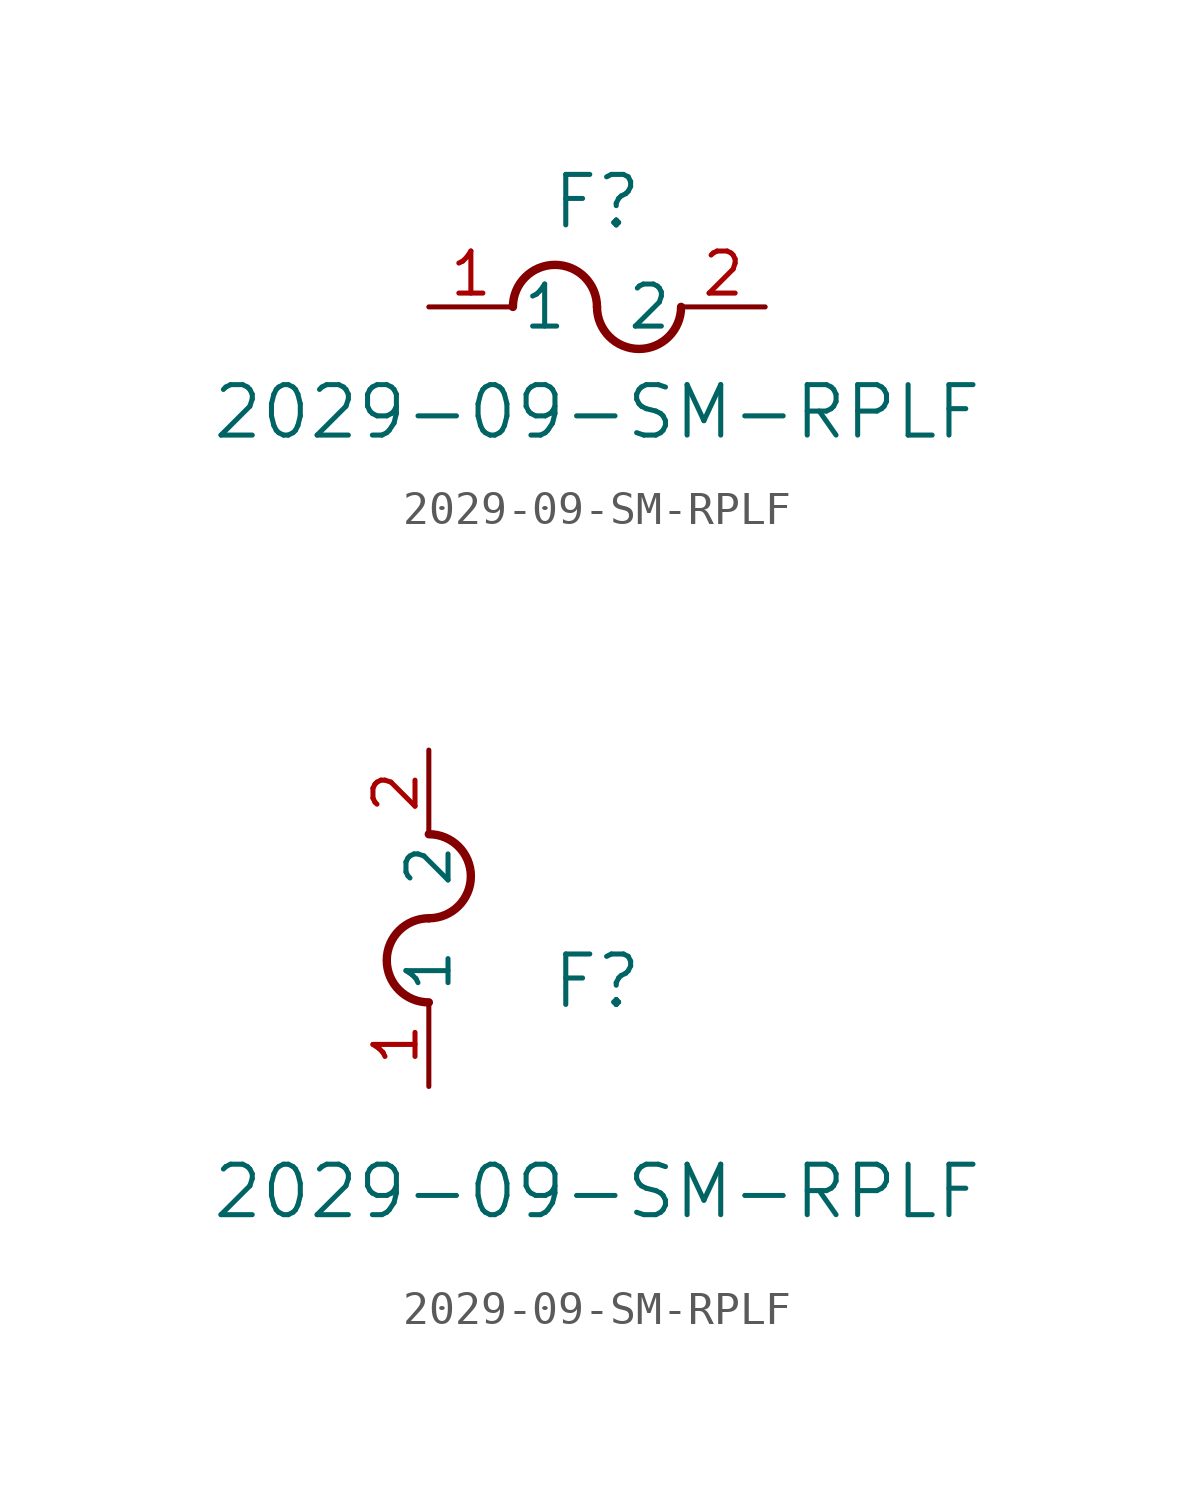
<source format=kicad_sym>
(kicad_symbol_lib
  (version 20211014)
  (generator kicad_symbol_editor)
  (symbol "2029-09-SM-RPLF"
    (pin_names
      (offset 0.254))
    (property "Reference" "F"
      (at 5.08 3.175 0)
      (effects (font (size 1.524 1.524))))
    (property "Value" "2029-09-SM-RPLF"
      (at 5.08 -3.175 0)
      (effects (font (size 1.524 1.524))))
    (symbol "2029-09-SM-RPLF_1_1"
      (arc (start 5.08 0) (mid 3.81 1.27) (end 2.54 0) (stroke (width 0.254) (type default) (color 0 0 0 0)) (fill (type none)))
      (arc (start 5.08 0) (mid 6.35 -1.27) (end 7.62 0) (stroke (width 0.254) (type default) (color 0 0 0 0)) (fill (type none)))
      (pin unspecified line (at 0 0 0) (length 2.54) (name "1" (effects (font (size 1.27 1.27)))) (number "1" (effects (font (size 1.27 1.27)))))
      (pin unspecified line (at 10.16 0 180) (length 2.54) (name "2" (effects (font (size 1.27 1.27)))) (number "2" (effects (font (size 1.27 1.27))))))
    (symbol "2029-09-SM-RPLF_1_2"
      (arc (start 0 5.08) (mid -1.27 3.81) (end 0 2.54) (stroke (width 0.254) (type default) (color 0 0 0 0)) (fill (type none)))
      (arc (start 0 5.08) (mid 1.27 6.35) (end 0 7.62) (stroke (width 0.254) (type default) (color 0 0 0 0)) (fill (type none)))
      (pin unspecified line (at 0 0 90) (length 2.54) (name "1" (effects (font (size 1.27 1.27)))) (number "1" (effects (font (size 1.27 1.27)))))
      (pin unspecified line (at 0 10.16 270) (length 2.54) (name "2" (effects (font (size 1.27 1.27)))) (number "2" (effects (font (size 1.27 1.27))))))))
</source>
